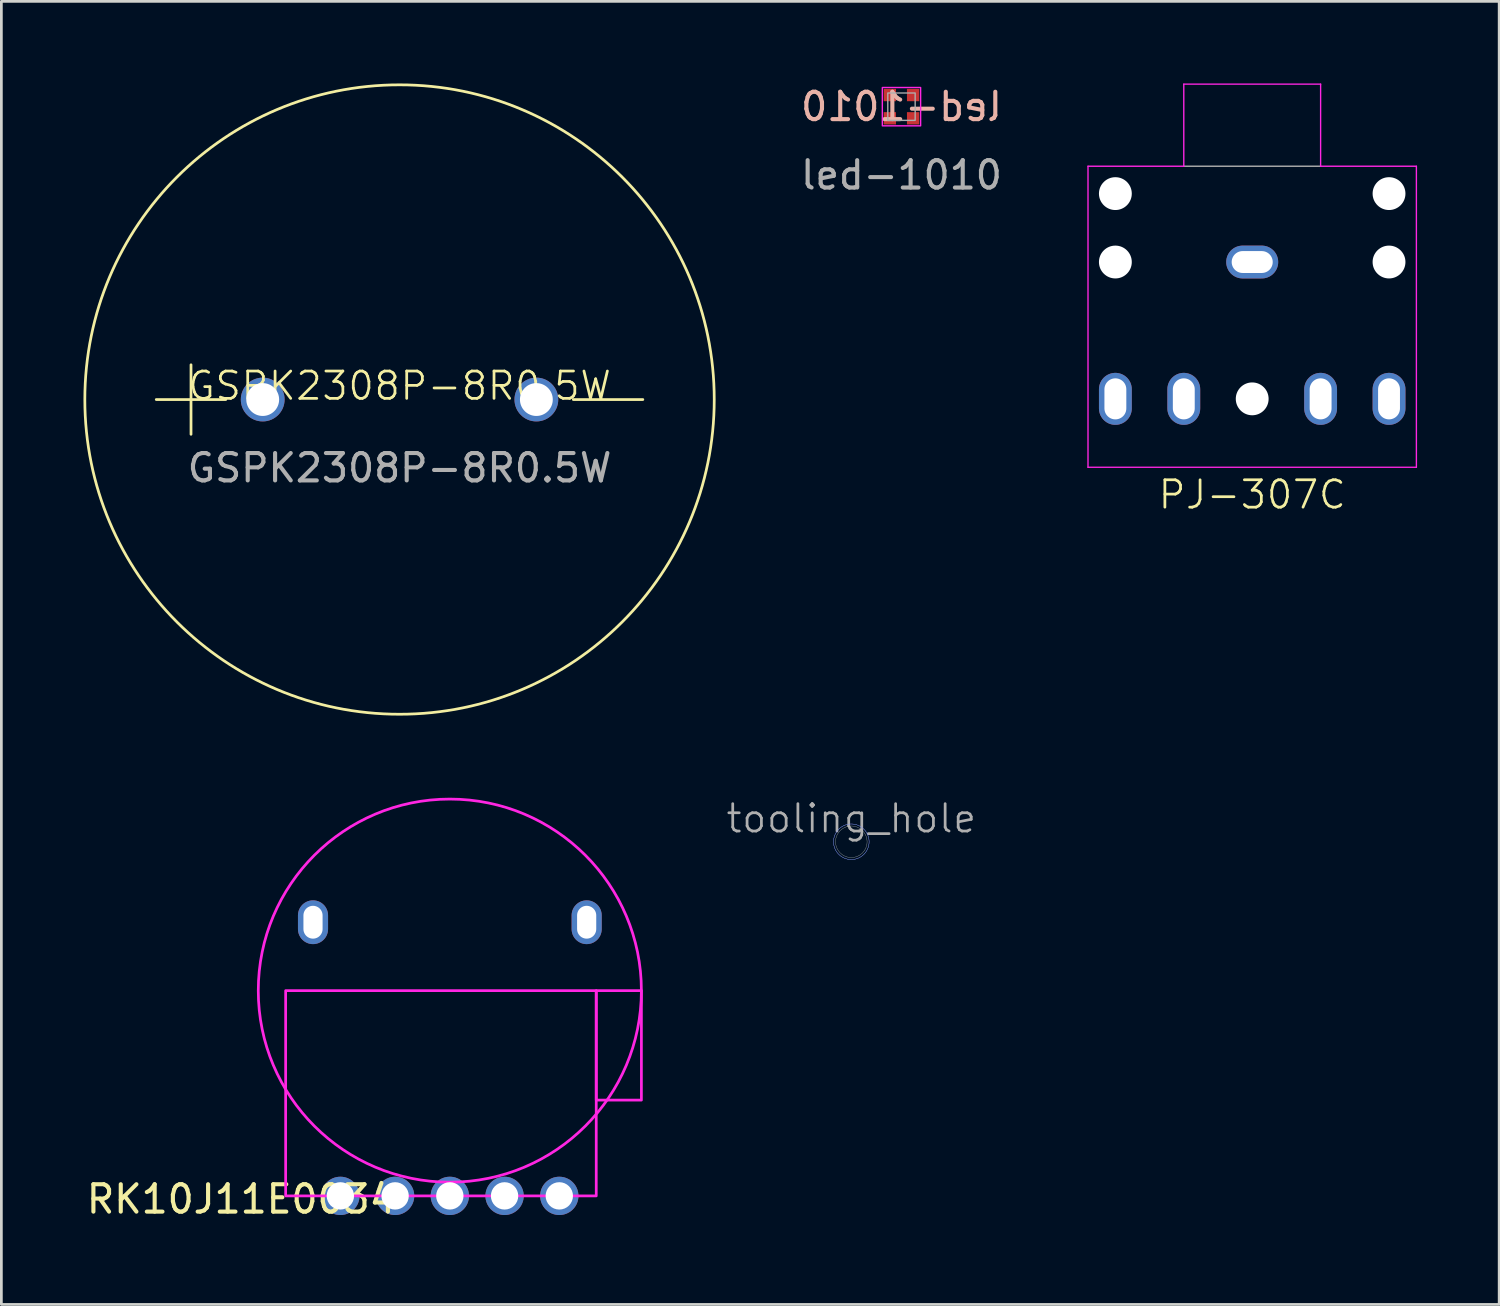
<source format=kicad_pcb>
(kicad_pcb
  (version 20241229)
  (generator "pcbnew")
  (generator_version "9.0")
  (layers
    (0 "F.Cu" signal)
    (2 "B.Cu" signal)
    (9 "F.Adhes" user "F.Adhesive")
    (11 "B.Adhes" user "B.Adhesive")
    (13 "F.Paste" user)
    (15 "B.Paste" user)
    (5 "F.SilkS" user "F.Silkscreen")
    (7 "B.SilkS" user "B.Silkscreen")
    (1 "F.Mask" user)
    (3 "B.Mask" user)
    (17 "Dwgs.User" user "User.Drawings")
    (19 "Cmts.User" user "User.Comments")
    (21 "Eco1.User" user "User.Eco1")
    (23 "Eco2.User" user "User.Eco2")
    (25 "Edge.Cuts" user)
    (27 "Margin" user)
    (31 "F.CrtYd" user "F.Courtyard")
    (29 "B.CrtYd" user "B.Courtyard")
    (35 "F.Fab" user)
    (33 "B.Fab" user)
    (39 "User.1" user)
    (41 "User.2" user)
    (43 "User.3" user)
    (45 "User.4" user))
  (footprint "GSPK2308P-8R0.5W"
    (layer "F.Cu")
    (at 11.55 11.55)
    (property "Reference" "GSPK2308P-8R0.5W" (at 0 -0.5 0) (unlocked yes) (layer "F.SilkS") (effects (font (size 1 1) (thickness 0.1))))
    (attr through_hole)
    (fp_line (start -7.62 -1.27) (end -7.62 1.27) (stroke (width 0.1) (type default)) (layer "F.SilkS"))
    (fp_line (start -6.35 0) (end -8.89 0) (stroke (width 0.1) (type default)) (layer "F.SilkS"))
    (fp_line (start 6.35 0) (end 8.89 0) (stroke (width 0.1) (type default)) (layer "F.SilkS"))
    (fp_circle (center 0 0) (end 11.5 0) (stroke (width 0.1) (type default)) (fill no) (layer "F.SilkS"))
    (fp_text user "${REFERENCE}" (at 0 2.5 0) (unlocked yes) (layer "F.Fab") (effects (font (size 1 1) (thickness 0.15))))
    (pad "1" thru_hole circle (at -5 0 180) (size 1.6 1.6) (drill 1.2) (layers "*.Cu" "*.Paste" "*.Mask"))
    (pad "2" thru_hole circle (at 5 0 180) (size 1.6 1.6) (drill 1.2) (layers "*.Cu" "*.Paste" "*.Mask")))
  (footprint "tooling_hole"
    (layer "F.Cu")
    (at 28.059 27.71)
    (property "Reference" "tooling_hole" (at 0 -0.85 0) (unlocked yes) (layer "F.Fab") (effects (font (size 1 1) (thickness 0.1))))
    (attr smd board_only exclude_from_pos_files exclude_from_bom)
    (fp_circle (center 0 0) (end 0.576 0) (stroke (width 0.01) (type default)) (fill no) (layer "Edge.Cuts"))
    (fp_circle (center 0 0) (end 0.65 0) (stroke (width 0.01) (type default)) (fill no) (layer "B.CrtYd"))
    (fp_circle (center 0 0) (end 0.65 0) (stroke (width 0.01) (type default)) (fill no) (layer "F.CrtYd"))
    (zone (net_name "") (layers "F.Cu" "B.Cu" "Eco1.User") (hatch edge 0.5) (connect_pads) (min_thickness 0.25) (filled_areas_thickness no) (keepout (tracks not_allowed) (vias not_allowed) (pads not_allowed) (copperpour not_allowed) (footprints not_allowed)) (placement (enabled no)) (fill) (polygon (pts (xy 28.709 27.71) (xy 28.69 27.555) (xy 28.635 27.408) (xy 28.546 27.279) (xy 28.429 27.176) (xy 28.29 27.103) (xy 28.138 27.065) (xy 27.981 27.065) (xy 27.829 27.103) (xy 27.69 27.176) (xy 27.573 27.279) (xy 27.484 27.408) (xy 27.428 27.555) (xy 27.409 27.71) (xy 27.428 27.866) (xy 27.484 28.013) (xy 27.573 28.142) (xy 27.69 28.245) (xy 27.829 28.318) (xy 27.981 28.356) (xy 28.138 28.356) (xy 28.29 28.318) (xy 28.429 28.245) (xy 28.546 28.142) (xy 28.635 28.013) (xy 28.69 27.866)))))
  (footprint "PJ-307C"
    (layer "F.Cu")
    (at 42.708 6.525)
    (property "Reference" "PJ-307C" (at 0 8.5 0) (unlocked yes) (layer "F.SilkS") (effects (font (size 1 1) (thickness 0.1))))
    (attr through_hole)
    (fp_line (start -6 -3.5) (end -6 7.5) (stroke (width 0.05) (type default)) (layer "F.CrtYd"))
    (fp_line (start -6 7.5) (end 6 7.5) (stroke (width 0.05) (type default)) (layer "F.CrtYd"))
    (fp_line (start -2.5 -6.5) (end -2.5 -3.5) (stroke (width 0.05) (type default)) (layer "F.CrtYd"))
    (fp_line (start -2.5 -3.5) (end -6 -3.5) (stroke (width 0.05) (type default)) (layer "F.CrtYd"))
    (fp_line (start 2.5 -6.5) (end -2.5 -6.5) (stroke (width 0.05) (type default)) (layer "F.CrtYd"))
    (fp_line (start 2.5 -3.5) (end 2.5 -6.5) (stroke (width 0.05) (type default)) (layer "F.CrtYd"))
    (fp_line (start 6 -3.5) (end 2.5 -3.5) (stroke (width 0.05) (type default)) (layer "F.CrtYd"))
    (fp_line (start 6 7.5) (end 6 -3.5) (stroke (width 0.05) (type default)) (layer "F.CrtYd"))
    (fp_line (start -2.5 -3.5) (end 2.5 -3.5) (stroke (width 0.05) (type default)) (layer "F.Fab"))
    (pad "" np_thru_hole circle (at -5 -2.5) (size 1.2 1.2) (drill 1.2) (layers "*.Cu" "*.Mask"))
    (pad "" np_thru_hole circle (at -5 0) (size 1.2 1.2) (drill 1.2) (layers "*.Cu" "*.Mask"))
    (pad "" np_thru_hole circle (at 0 5) (size 1.2 1.2) (drill 1.2) (layers "*.Cu" "*.Mask"))
    (pad "" np_thru_hole circle (at 5 -2.5) (size 1.2 1.2) (drill 1.2) (layers "*.Cu" "*.Mask"))
    (pad "" np_thru_hole circle (at 5 0) (size 1.2 1.2) (drill 1.2) (layers "*.Cu" "*.Mask"))
    (pad "1" thru_hole oval (at 0 0) (size 1.9 1.2) (drill oval 1.5 0.8) (layers "*.Cu" "*.Paste" "*.Mask"))
    (pad "2" thru_hole oval (at 5 5 180) (size 1.2 1.9) (drill oval 0.8 1.5) (layers "*.Cu" "*.Paste" "*.Mask"))
    (pad "3" thru_hole oval (at 2.5 5 180) (size 1.2 1.9) (drill oval 0.8 1.5) (layers "*.Cu" "*.Paste" "*.Mask"))
    (pad "4" thru_hole oval (at -2.5 5 180) (size 1.2 1.9) (drill oval 0.8 1.5) (layers "*.Cu" "*.Paste" "*.Mask"))
    (pad "5" thru_hole oval (at -5 5 180) (size 1.2 1.9) (drill oval 0.8 1.5) (layers "*.Cu" "*.Paste" "*.Mask")))
  (footprint "RK10J11E0034"
    (layer "F.Cu")
    (at 13.388 33.15)
    (property "Reference" "RK10J11E0034" (at -7.62 7.62 0) (unlocked yes) (layer "F.SilkS") (effects (font (size 1 1) (thickness 0.15))))
    (attr through_hole)
    (fp_rect (start -6 0) (end 5.35 7.5) (stroke (width 0.1) (type default)) (fill no) (layer "F.CrtYd"))
    (fp_rect (start 5.35 0) (end 7 4) (stroke (width 0.1) (type default)) (fill no) (layer "F.CrtYd"))
    (fp_circle (center 0 0) (end 7 0) (stroke (width 0.1) (type default)) (fill no) (layer "F.CrtYd"))
    (pad "" thru_hole oval (at -5 -2.5) (size 1.1 1.6) (drill oval 0.7 1.2) (layers "*.Cu" "*.Mask"))
    (pad "" thru_hole circle (at -2 7.5) (size 1.4 1.4) (drill 1) (layers "*.Cu" "*.Mask"))
    (pad "" thru_hole circle (at 2 7.5) (size 1.4 1.4) (drill 1) (layers "*.Cu" "*.Mask"))
    (pad "" thru_hole oval (at 5 -2.5) (size 1.1 1.6) (drill oval 0.7 1.2) (layers "*.Cu" "*.Mask"))
    (pad "1" thru_hole circle (at -4 7.5) (size 1.4 1.4) (drill 1) (layers "*.Cu" "*.Mask"))
    (pad "2" thru_hole circle (at 0 7.5) (size 1.4 1.4) (drill 1) (layers "*.Cu" "*.Mask"))
    (pad "3" thru_hole circle (at 4 7.5) (size 1.4 1.4) (drill 1) (layers "*.Cu" "*.Mask")))
  (footprint "led-1010"
    (layer "F.Cu")
    (at 29.892 0.848)
    (property "Reference" "led-1010" (at 0 0 0) (unlocked yes) (layer "B.SilkS") (effects (font (size 1 1) (thickness 0.15)) (justify mirror)))
    (attr smd)
    (fp_rect (start -0.7 -0.7) (end 0.7 0.7) (stroke (width 0.05) (type default)) (fill no) (layer "F.CrtYd"))
    (fp_rect (start -0.5 -0.5) (end 0.5 0.5) (stroke (width 0.05) (type default)) (fill no) (layer "F.Fab"))
    (fp_text user "${REFERENCE}" (at 0 2.5 0) (unlocked yes) (layer "F.Fab") (effects (font (size 1 1) (thickness 0.15))))
    (pad "1" smd rect (at -0.425 -0.425) (size 0.45 0.45) (layers "F.Cu" "F.Mask" "F.Paste"))
    (pad "2" smd rect (at 0.425 -0.425) (size 0.45 0.45) (layers "F.Cu" "F.Mask" "F.Paste"))
    (pad "3" smd rect (at -0.425 0.425) (size 0.45 0.45) (layers "F.Cu" "F.Mask" "F.Paste"))
    (pad "4" smd rect (at 0.425 0.425) (size 0.45 0.45) (layers "F.Cu" "F.Mask" "F.Paste")))
  (gr_rect
    (start -3 -3)
    (end 51.733 44.618)
    (stroke (width 0.1) (type default))
    (fill no)
    (layer "Edge.Cuts")))
</source>
